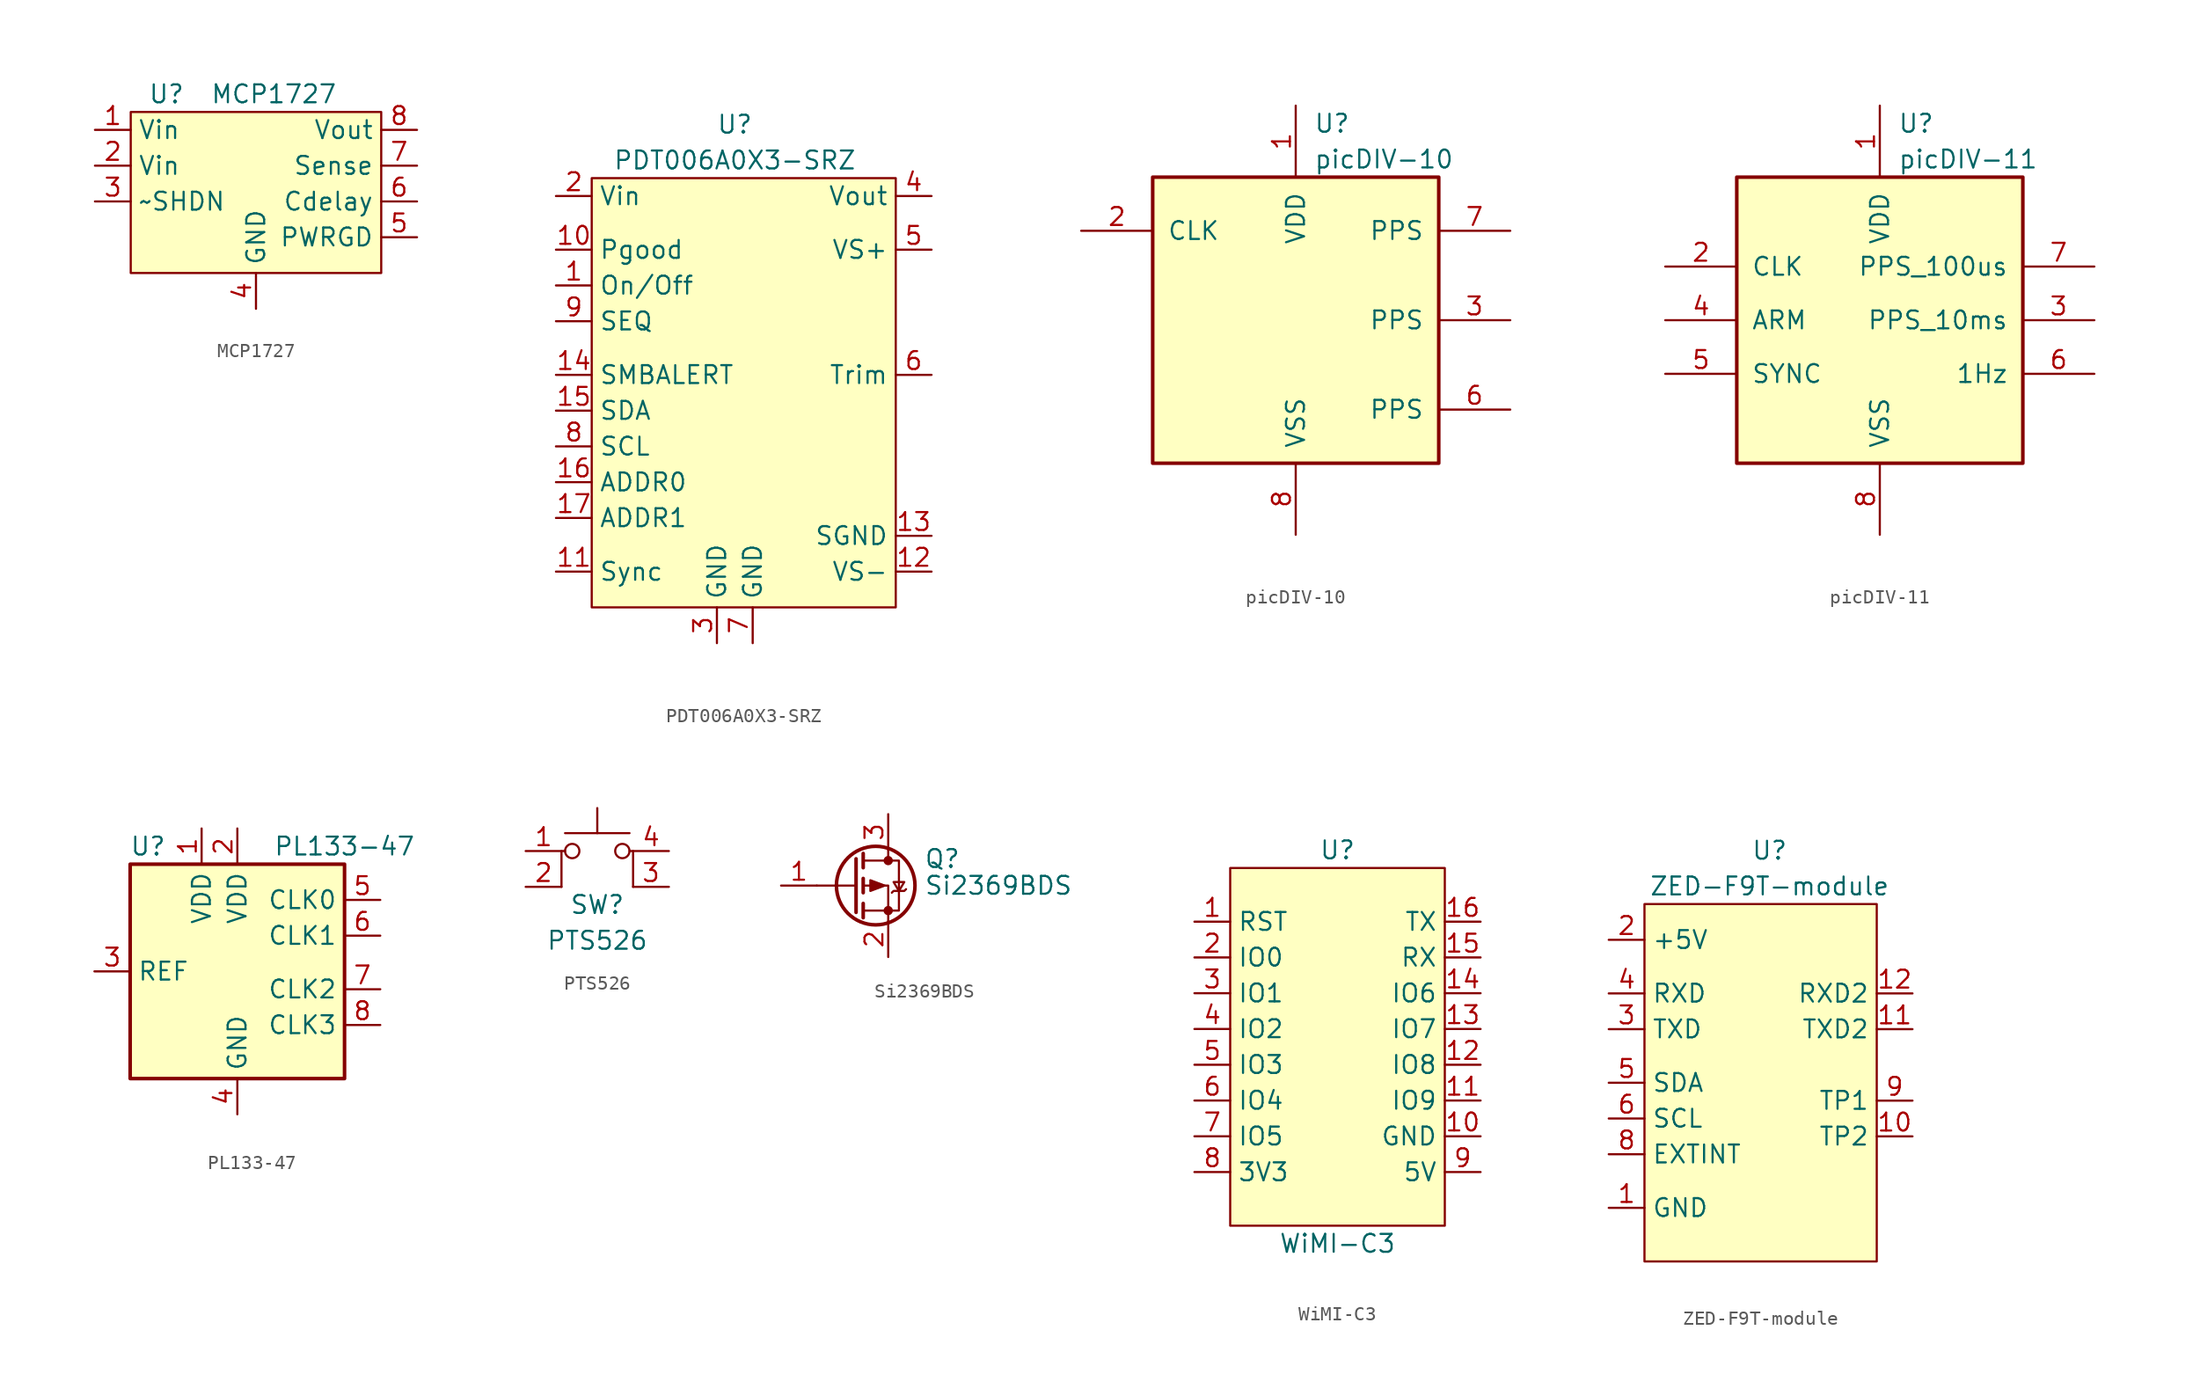
<source format=kicad_sym>
(kicad_symbol_lib
  (version 20211014)
  (generator kicad_symbol_editor)
  (symbol "MCP1727"
    (property "Reference" "U"
      (at -6.35 7.62 0)
      (effects (font (size 1.27 1.27))))
    (property "Value" "MCP1727"
      (at 1.27 7.62 0)
      (effects (font (size 1.27 1.27))))
    (symbol "MCP1727_0_1"
      (rectangle (start -8.89 6.35) (end 8.89 -5.08) (stroke (width 0.152) (type default) (color 0 0 0 0)) (fill (type background))))
    (symbol "MCP1727_1_1"
      (pin power_in line (at -11.43 5.08 0) (length 2.54) (name "Vin" (effects (font (size 1.27 1.27)))) (number "1" (effects (font (size 1.27 1.27)))))
      (pin power_in line (at -11.43 2.54 0) (length 2.54) (name "Vin" (effects (font (size 1.27 1.27)))) (number "2" (effects (font (size 1.27 1.27)))))
      (pin input line (at -11.43 0 0) (length 2.54) (name "~SHDN" (effects (font (size 1.27 1.27)))) (number "3" (effects (font (size 1.27 1.27)))))
      (pin power_in line (at 0 -7.62 90) (length 2.54) (name "GND" (effects (font (size 1.27 1.27)))) (number "4" (effects (font (size 1.27 1.27)))))
      (pin output line (at 11.43 -2.54 180) (length 2.54) (name "PWRGD" (effects (font (size 1.27 1.27)))) (number "5" (effects (font (size 1.27 1.27)))))
      (pin passive line (at 11.43 0 180) (length 2.54) (name "Cdelay" (effects (font (size 1.27 1.27)))) (number "6" (effects (font (size 1.27 1.27)))))
      (pin input line (at 11.43 2.54 180) (length 2.54) (name "Sense" (effects (font (size 1.27 1.27)))) (number "7" (effects (font (size 1.27 1.27)))))
      (pin power_out line (at 11.43 5.08 180) (length 2.54) (name "Vout" (effects (font (size 1.27 1.27)))) (number "8" (effects (font (size 1.27 1.27)))))))
  (symbol "PDT006A0X3-SRZ"
    (property "Reference" "U"
      (at 0 17.78 0)
      (effects (font (size 1.27 1.27))))
    (property "Value" "PDT006A0X3-SRZ"
      (at 0 15.24 0)
      (effects (font (size 1.27 1.27))))
    (symbol "PDT006A0X3-SRZ_0_1"
      (rectangle (start -10.16 13.97) (end 11.43 -16.51) (stroke (width 0.152) (type default) (color 0 0 0 0)) (fill (type background))))
    (symbol "PDT006A0X3-SRZ_1_1"
      (pin input line (at -12.7 6.35 0) (length 2.54) (name "On/Off" (effects (font (size 1.27 1.27)))) (number "1" (effects (font (size 1.27 1.27)))))
      (pin output line (at -12.7 8.89 0) (length 2.54) (name "Pgood" (effects (font (size 1.27 1.27)))) (number "10" (effects (font (size 1.27 1.27)))))
      (pin input line (at -12.7 -13.97 0) (length 2.54) (name "Sync" (effects (font (size 1.27 1.27)))) (number "11" (effects (font (size 1.27 1.27)))))
      (pin input line (at 13.97 -13.97 180) (length 2.54) (name "VS-" (effects (font (size 1.27 1.27)))) (number "12" (effects (font (size 1.27 1.27)))))
      (pin passive line (at 13.97 -11.43 180) (length 2.54) (name "SGND" (effects (font (size 1.27 1.27)))) (number "13" (effects (font (size 1.27 1.27)))))
      (pin output line (at -12.7 0 0) (length 2.54) (name "SMBALERT" (effects (font (size 1.27 1.27)))) (number "14" (effects (font (size 1.27 1.27)))))
      (pin bidirectional line (at -12.7 -2.54 0) (length 2.54) (name "SDA" (effects (font (size 1.27 1.27)))) (number "15" (effects (font (size 1.27 1.27)))))
      (pin input line (at -12.7 -7.62 0) (length 2.54) (name "ADDR0" (effects (font (size 1.27 1.27)))) (number "16" (effects (font (size 1.27 1.27)))))
      (pin input line (at -12.7 -10.16 0) (length 2.54) (name "ADDR1" (effects (font (size 1.27 1.27)))) (number "17" (effects (font (size 1.27 1.27)))))
      (pin power_in line (at -12.7 12.7 0) (length 2.54) (name "Vin" (effects (font (size 1.27 1.27)))) (number "2" (effects (font (size 1.27 1.27)))))
      (pin power_in line (at -1.27 -19.05 90) (length 2.54) (name "GND" (effects (font (size 1.27 1.27)))) (number "3" (effects (font (size 1.27 1.27)))))
      (pin power_out line (at 13.97 12.7 180) (length 2.54) (name "Vout" (effects (font (size 1.27 1.27)))) (number "4" (effects (font (size 1.27 1.27)))))
      (pin input line (at 13.97 8.89 180) (length 2.54) (name "VS+" (effects (font (size 1.27 1.27)))) (number "5" (effects (font (size 1.27 1.27)))))
      (pin passive line (at 13.97 0 180) (length 2.54) (name "Trim" (effects (font (size 1.27 1.27)))) (number "6" (effects (font (size 1.27 1.27)))))
      (pin power_in line (at 1.27 -19.05 90) (length 2.54) (name "GND" (effects (font (size 1.27 1.27)))) (number "7" (effects (font (size 1.27 1.27)))))
      (pin input line (at -12.7 -5.08 0) (length 2.54) (name "SCL" (effects (font (size 1.27 1.27)))) (number "8" (effects (font (size 1.27 1.27)))))
      (pin input line (at -12.7 3.81 0) (length 2.54) (name "SEQ" (effects (font (size 1.27 1.27)))) (number "9" (effects (font (size 1.27 1.27)))))))
  (symbol "picDIV-10"
    (pin_names
      (offset 1.016))
    (property "Reference" "U"
      (at 1.27 13.97 0)
      (effects (font (size 1.27 1.27)) (justify left)))
    (property "Value" "picDIV-10"
      (at 1.27 11.43 0)
      (effects (font (size 1.27 1.27)) (justify left)))
    (symbol "picDIV-10_0_1"
      (rectangle (start 10.16 -10.16) (end -10.16 10.16) (stroke (width 0.254) (type default) (color 0 0 0 0)) (fill (type background))))
    (symbol "picDIV-10_1_1"
      (pin power_in line (at 0 15.24 270) (length 5.08) (name "VDD" (effects (font (size 1.27 1.27)))) (number "1" (effects (font (size 1.27 1.27)))))
      (pin input line (at -15.24 6.35 0) (length 5.08) (name "CLK" (effects (font (size 1.27 1.27)))) (number "2" (effects (font (size 1.27 1.27)))))
      (pin output line (at 15.24 0 180) (length 5.08) (name "PPS" (effects (font (size 1.27 1.27)))) (number "3" (effects (font (size 1.27 1.27)))))
      (pin no_connect line (at -15.24 -6.35 0) (length 5.08) hide (name "NC" (effects (font (size 1.27 1.27)))) (number "4" (effects (font (size 1.27 1.27)))))
      (pin no_connect line (at -15.24 -5.08 0) (length 5.08) hide (name "NC" (effects (font (size 1.27 1.27)))) (number "5" (effects (font (size 1.27 1.27)))))
      (pin output line (at 15.24 -6.35 180) (length 5.08) (name "PPS" (effects (font (size 1.27 1.27)))) (number "6" (effects (font (size 1.27 1.27)))))
      (pin output line (at 15.24 6.35 180) (length 5.08) (name "PPS" (effects (font (size 1.27 1.27)))) (number "7" (effects (font (size 1.27 1.27)))))
      (pin power_in line (at 0 -15.24 90) (length 5.08) (name "VSS" (effects (font (size 1.27 1.27)))) (number "8" (effects (font (size 1.27 1.27)))))))
  (symbol "picDIV-11"
    (pin_names
      (offset 1.016))
    (property "Reference" "U"
      (at 1.27 13.97 0)
      (effects (font (size 1.27 1.27)) (justify left)))
    (property "Value" "picDIV-11"
      (at 1.27 11.43 0)
      (effects (font (size 1.27 1.27)) (justify left)))
    (symbol "picDIV-11_0_1"
      (rectangle (start 10.16 -10.16) (end -10.16 10.16) (stroke (width 0.254) (type default) (color 0 0 0 0)) (fill (type background))))
    (symbol "picDIV-11_1_1"
      (pin power_in line (at 0 15.24 270) (length 5.08) (name "VDD" (effects (font (size 1.27 1.27)))) (number "1" (effects (font (size 1.27 1.27)))))
      (pin input line (at -15.24 3.81 0) (length 5.08) (name "CLK" (effects (font (size 1.27 1.27)))) (number "2" (effects (font (size 1.27 1.27)))))
      (pin output line (at 15.24 0 180) (length 5.08) (name "PPS_10ms" (effects (font (size 1.27 1.27)))) (number "3" (effects (font (size 1.27 1.27)))))
      (pin input line (at -15.24 0 0) (length 5.08) (name "ARM" (effects (font (size 1.27 1.27)))) (number "4" (effects (font (size 1.27 1.27)))))
      (pin input line (at -15.24 -3.81 0) (length 5.08) (name "SYNC" (effects (font (size 1.27 1.27)))) (number "5" (effects (font (size 1.27 1.27)))))
      (pin output line (at 15.24 -3.81 180) (length 5.08) (name "1Hz" (effects (font (size 1.27 1.27)))) (number "6" (effects (font (size 1.27 1.27)))))
      (pin output line (at 15.24 3.81 180) (length 5.08) (name "PPS_100us" (effects (font (size 1.27 1.27)))) (number "7" (effects (font (size 1.27 1.27)))))
      (pin power_in line (at 0 -15.24 90) (length 5.08) (name "VSS" (effects (font (size 1.27 1.27)))) (number "8" (effects (font (size 1.27 1.27)))))))
  (symbol "PL133-47"
    (property "Reference" "U"
      (at -6.35 8.89 0)
      (effects (font (size 1.27 1.27))))
    (property "Value" "PL133-47"
      (at 7.62 8.89 0)
      (effects (font (size 1.27 1.27))))
    (symbol "PL133-47_0_1"
      (rectangle (start -7.62 7.62) (end 7.62 -7.62) (stroke (width 0.254) (type default) (color 0 0 0 0)) (fill (type background))))
    (symbol "PL133-47_1_1"
      (pin power_in line (at -2.54 10.16 270) (length 2.54) (name "VDD" (effects (font (size 1.27 1.27)))) (number "1" (effects (font (size 1.27 1.27)))))
      (pin power_in line (at 0 10.16 270) (length 2.54) (name "VDD" (effects (font (size 1.27 1.27)))) (number "2" (effects (font (size 1.27 1.27)))))
      (pin input line (at -10.16 0 0) (length 2.54) (name "REF" (effects (font (size 1.27 1.27)))) (number "3" (effects (font (size 1.27 1.27)))))
      (pin power_in line (at 0 -10.16 90) (length 2.54) (name "GND" (effects (font (size 1.27 1.27)))) (number "4" (effects (font (size 1.27 1.27)))))
      (pin output line (at 10.16 5.08 180) (length 2.54) (name "CLK0" (effects (font (size 1.27 1.27)))) (number "5" (effects (font (size 1.27 1.27)))))
      (pin output line (at 10.16 2.54 180) (length 2.54) (name "CLK1" (effects (font (size 1.27 1.27)))) (number "6" (effects (font (size 1.27 1.27)))))
      (pin output line (at 10.16 -1.27 180) (length 2.54) (name "CLK2" (effects (font (size 1.27 1.27)))) (number "7" (effects (font (size 1.27 1.27)))))
      (pin output line (at 10.16 -3.81 180) (length 2.54) (name "CLK3" (effects (font (size 1.27 1.27)))) (number "8" (effects (font (size 1.27 1.27)))))))
  (symbol "PTS526"
    (pin_names hide)
    (property "Reference" "SW"
      (at 0 2.54 0)
      (effects (font (size 1.27 1.27))))
    (property "Value" "PTS526"
      (at 0 0 0)
      (effects (font (size 1.27 1.27))))
    (symbol "PTS526_0_1"
      (circle (center -1.778 6.35) (radius 0.508) (stroke (width 0) (type default) (color 0 0 0 0)) (fill (type none)))
      (polyline (pts (xy -2.286 7.62) (xy 2.286 7.62)) (stroke (width 0) (type default) (color 0 0 0 0)) (fill (type none)))
      (polyline (pts (xy 0 7.62) (xy 0 9.398)) (stroke (width 0) (type default) (color 0 0 0 0)) (fill (type none)))
      (polyline (pts (xy -2.54 3.81) (xy -2.54 6.35) (xy -2.286 6.35)) (stroke (width 0) (type default) (color 0 0 0 0)) (fill (type none)))
      (polyline (pts (xy 2.54 3.81) (xy 2.54 6.35) (xy 2.286 6.35)) (stroke (width 0) (type default) (color 0 0 0 0)) (fill (type none)))
      (circle (center 1.778 6.35) (radius 0.508) (stroke (width 0) (type default) (color 0 0 0 0)) (fill (type none)))
      (pin passive line (at -5.08 6.35 0) (length 2.54) (name "1" (effects (font (size 1.27 1.27)))) (number "1" (effects (font (size 1.27 1.27)))))
      (pin passive line (at -5.08 3.81 0) (length 2.54) (name "2" (effects (font (size 1.27 1.27)))) (number "2" (effects (font (size 1.27 1.27)))))
      (pin passive line (at 5.08 3.81 180) (length 2.54) (name "K" (effects (font (size 1.27 1.27)))) (number "3" (effects (font (size 1.27 1.27)))))
      (pin passive line (at 5.08 6.35 180) (length 2.54) (name "A" (effects (font (size 1.27 1.27)))) (number "4" (effects (font (size 1.27 1.27)))))))
  (symbol "Si2369BDS"
    (pin_names hide)
    (property "Reference" "Q"
      (at 5.08 1.905 0)
      (effects (font (size 1.27 1.27)) (justify left)))
    (property "Value" "Si2369BDS"
      (at 5.08 0 0)
      (effects (font (size 1.27 1.27)) (justify left)))
    (symbol "Si2369BDS_0_1"
      (polyline (pts (xy 0.254 0) (xy -2.54 0)) (stroke (width 0) (type default) (color 0 0 0 0)) (fill (type none)))
      (polyline (pts (xy 0.254 1.905) (xy 0.254 -1.905)) (stroke (width 0.254) (type default) (color 0 0 0 0)) (fill (type none)))
      (polyline (pts (xy 0.762 -1.27) (xy 0.762 -2.286)) (stroke (width 0.254) (type default) (color 0 0 0 0)) (fill (type none)))
      (polyline (pts (xy 0.762 0.508) (xy 0.762 -0.508)) (stroke (width 0.254) (type default) (color 0 0 0 0)) (fill (type none)))
      (polyline (pts (xy 0.762 2.286) (xy 0.762 1.27)) (stroke (width 0.254) (type default) (color 0 0 0 0)) (fill (type none)))
      (polyline (pts (xy 2.54 2.54) (xy 2.54 1.778)) (stroke (width 0) (type default) (color 0 0 0 0)) (fill (type none)))
      (polyline (pts (xy 2.54 -2.54) (xy 2.54 0) (xy 0.762 0)) (stroke (width 0) (type default) (color 0 0 0 0)) (fill (type none)))
      (polyline (pts (xy 0.762 1.778) (xy 3.302 1.778) (xy 3.302 -1.778) (xy 0.762 -1.778)) (stroke (width 0) (type default) (color 0 0 0 0)) (fill (type none)))
      (polyline (pts (xy 2.286 0) (xy 1.27 0.381) (xy 1.27 -0.381) (xy 2.286 0)) (stroke (width 0) (type default) (color 0 0 0 0)) (fill (type outline)))
      (polyline (pts (xy 2.794 -0.508) (xy 2.921 -0.381) (xy 3.683 -0.381) (xy 3.81 -0.254)) (stroke (width 0) (type default) (color 0 0 0 0)) (fill (type none)))
      (polyline (pts (xy 3.302 -0.381) (xy 2.921 0.254) (xy 3.683 0.254) (xy 3.302 -0.381)) (stroke (width 0) (type default) (color 0 0 0 0)) (fill (type none)))
      (circle (center 1.651 0) (radius 2.794) (stroke (width 0.254) (type default) (color 0 0 0 0)) (fill (type none)))
      (circle (center 2.54 -1.778) (radius 0.254) (stroke (width 0) (type default) (color 0 0 0 0)) (fill (type outline)))
      (circle (center 2.54 1.778) (radius 0.254) (stroke (width 0) (type default) (color 0 0 0 0)) (fill (type outline))))
    (symbol "Si2369BDS_1_1"
      (pin input line (at -5.08 0 0) (length 2.54) (name "G" (effects (font (size 1.27 1.27)))) (number "1" (effects (font (size 1.27 1.27)))))
      (pin passive line (at 2.54 -5.08 90) (length 2.54) (name "S" (effects (font (size 1.27 1.27)))) (number "2" (effects (font (size 1.27 1.27)))))
      (pin passive line (at 2.54 5.08 270) (length 2.54) (name "D" (effects (font (size 1.27 1.27)))) (number "3" (effects (font (size 1.27 1.27)))))))
  (symbol "WiMI-C3"
    (property "Reference" "U"
      (at 0 0 0)
      (effects (font (size 1.27 1.27))))
    (property "Value" "WiMI-C3"
      (at 0 -27.94 0)
      (effects (font (size 1.27 1.27))))
    (symbol "WiMI-C3_0_1"
      (rectangle (start -7.62 -1.27) (end 7.62 -26.67) (stroke (width 0.152) (type default) (color 0 0 0 0)) (fill (type background))))
    (symbol "WiMI-C3_1_1"
      (pin input line (at -10.16 -5.08 0) (length 2.54) (name "RST" (effects (font (size 1.27 1.27)))) (number "1" (effects (font (size 1.27 1.27)))))
      (pin power_in line (at 10.16 -20.32 180) (length 2.54) (name "GND" (effects (font (size 1.27 1.27)))) (number "10" (effects (font (size 1.27 1.27)))))
      (pin bidirectional line (at 10.16 -17.78 180) (length 2.54) (name "IO9" (effects (font (size 1.27 1.27)))) (number "11" (effects (font (size 1.27 1.27)))))
      (pin bidirectional line (at 10.16 -15.24 180) (length 2.54) (name "IO8" (effects (font (size 1.27 1.27)))) (number "12" (effects (font (size 1.27 1.27)))))
      (pin bidirectional line (at 10.16 -12.7 180) (length 2.54) (name "IO7" (effects (font (size 1.27 1.27)))) (number "13" (effects (font (size 1.27 1.27)))))
      (pin bidirectional line (at 10.16 -10.16 180) (length 2.54) (name "IO6" (effects (font (size 1.27 1.27)))) (number "14" (effects (font (size 1.27 1.27)))))
      (pin input line (at 10.16 -7.62 180) (length 2.54) (name "RX" (effects (font (size 1.27 1.27)))) (number "15" (effects (font (size 1.27 1.27)))))
      (pin output line (at 10.16 -5.08 180) (length 2.54) (name "TX" (effects (font (size 1.27 1.27)))) (number "16" (effects (font (size 1.27 1.27)))))
      (pin bidirectional line (at -10.16 -7.62 0) (length 2.54) (name "IO0" (effects (font (size 1.27 1.27)))) (number "2" (effects (font (size 1.27 1.27)))))
      (pin bidirectional line (at -10.16 -10.16 0) (length 2.54) (name "IO1" (effects (font (size 1.27 1.27)))) (number "3" (effects (font (size 1.27 1.27)))))
      (pin bidirectional line (at -10.16 -12.7 0) (length 2.54) (name "IO2" (effects (font (size 1.27 1.27)))) (number "4" (effects (font (size 1.27 1.27)))))
      (pin bidirectional line (at -10.16 -15.24 0) (length 2.54) (name "IO3" (effects (font (size 1.27 1.27)))) (number "5" (effects (font (size 1.27 1.27)))))
      (pin bidirectional line (at -10.16 -17.78 0) (length 2.54) (name "IO4" (effects (font (size 1.27 1.27)))) (number "6" (effects (font (size 1.27 1.27)))))
      (pin bidirectional line (at -10.16 -20.32 0) (length 2.54) (name "IO5" (effects (font (size 1.27 1.27)))) (number "7" (effects (font (size 1.27 1.27)))))
      (pin power_in line (at -10.16 -22.86 0) (length 2.54) (name "3V3" (effects (font (size 1.27 1.27)))) (number "8" (effects (font (size 1.27 1.27)))))
      (pin power_in line (at 10.16 -22.86 180) (length 2.54) (name "5V" (effects (font (size 1.27 1.27)))) (number "9" (effects (font (size 1.27 1.27)))))))
  (symbol "ZED-F9T-module"
    (property "Reference" "U"
      (at 0 -6.35 0)
      (effects (font (size 1.27 1.27))))
    (property "Value" "ZED-F9T-module"
      (at 0 -8.89 0)
      (effects (font (size 1.27 1.27))))
    (symbol "ZED-F9T-module_0_1"
      (rectangle (start -8.89 -10.16) (end 7.62 -35.56) (stroke (width 0.152) (type default) (color 0 0 0 0)) (fill (type background))))
    (symbol "ZED-F9T-module_1_1"
      (pin power_in line (at -11.43 -31.75 0) (length 2.54) (name "GND" (effects (font (size 1.27 1.27)))) (number "1" (effects (font (size 1.27 1.27)))))
      (pin output line (at 10.16 -26.67 180) (length 2.54) (name "TP2" (effects (font (size 1.27 1.27)))) (number "10" (effects (font (size 1.27 1.27)))))
      (pin output line (at 10.16 -19.05 180) (length 2.54) (name "TXD2" (effects (font (size 1.27 1.27)))) (number "11" (effects (font (size 1.27 1.27)))))
      (pin input line (at 10.16 -16.51 180) (length 2.54) (name "RXD2" (effects (font (size 1.27 1.27)))) (number "12" (effects (font (size 1.27 1.27)))))
      (pin no_connect line (at 2.54 -35.56 90) (length 2.54) hide (name "NC" (effects (font (size 1.27 1.27)))) (number "13" (effects (font (size 1.27 1.27)))))
      (pin no_connect line (at -2.54 -35.56 90) (length 2.54) hide (name "NC" (effects (font (size 1.27 1.27)))) (number "14" (effects (font (size 1.27 1.27)))))
      (pin power_in line (at -11.43 -12.7 0) (length 2.54) (name "+5V" (effects (font (size 1.27 1.27)))) (number "2" (effects (font (size 1.27 1.27)))))
      (pin output line (at -11.43 -19.05 0) (length 2.54) (name "TXD" (effects (font (size 1.27 1.27)))) (number "3" (effects (font (size 1.27 1.27)))))
      (pin input line (at -11.43 -16.51 0) (length 2.54) (name "RXD" (effects (font (size 1.27 1.27)))) (number "4" (effects (font (size 1.27 1.27)))))
      (pin bidirectional line (at -11.43 -22.86 0) (length 2.54) (name "SDA" (effects (font (size 1.27 1.27)))) (number "5" (effects (font (size 1.27 1.27)))))
      (pin input line (at -11.43 -25.4 0) (length 2.54) (name "SCL" (effects (font (size 1.27 1.27)))) (number "6" (effects (font (size 1.27 1.27)))))
      (pin no_connect line (at 0 -35.56 90) (length 2.54) hide (name "NC" (effects (font (size 1.27 1.27)))) (number "7" (effects (font (size 1.27 1.27)))))
      (pin input line (at -11.43 -27.94 0) (length 2.54) (name "EXTINT" (effects (font (size 1.27 1.27)))) (number "8" (effects (font (size 1.27 1.27)))))
      (pin output line (at 10.16 -24.13 180) (length 2.54) (name "TP1" (effects (font (size 1.27 1.27)))) (number "9" (effects (font (size 1.27 1.27))))))))
</source>
